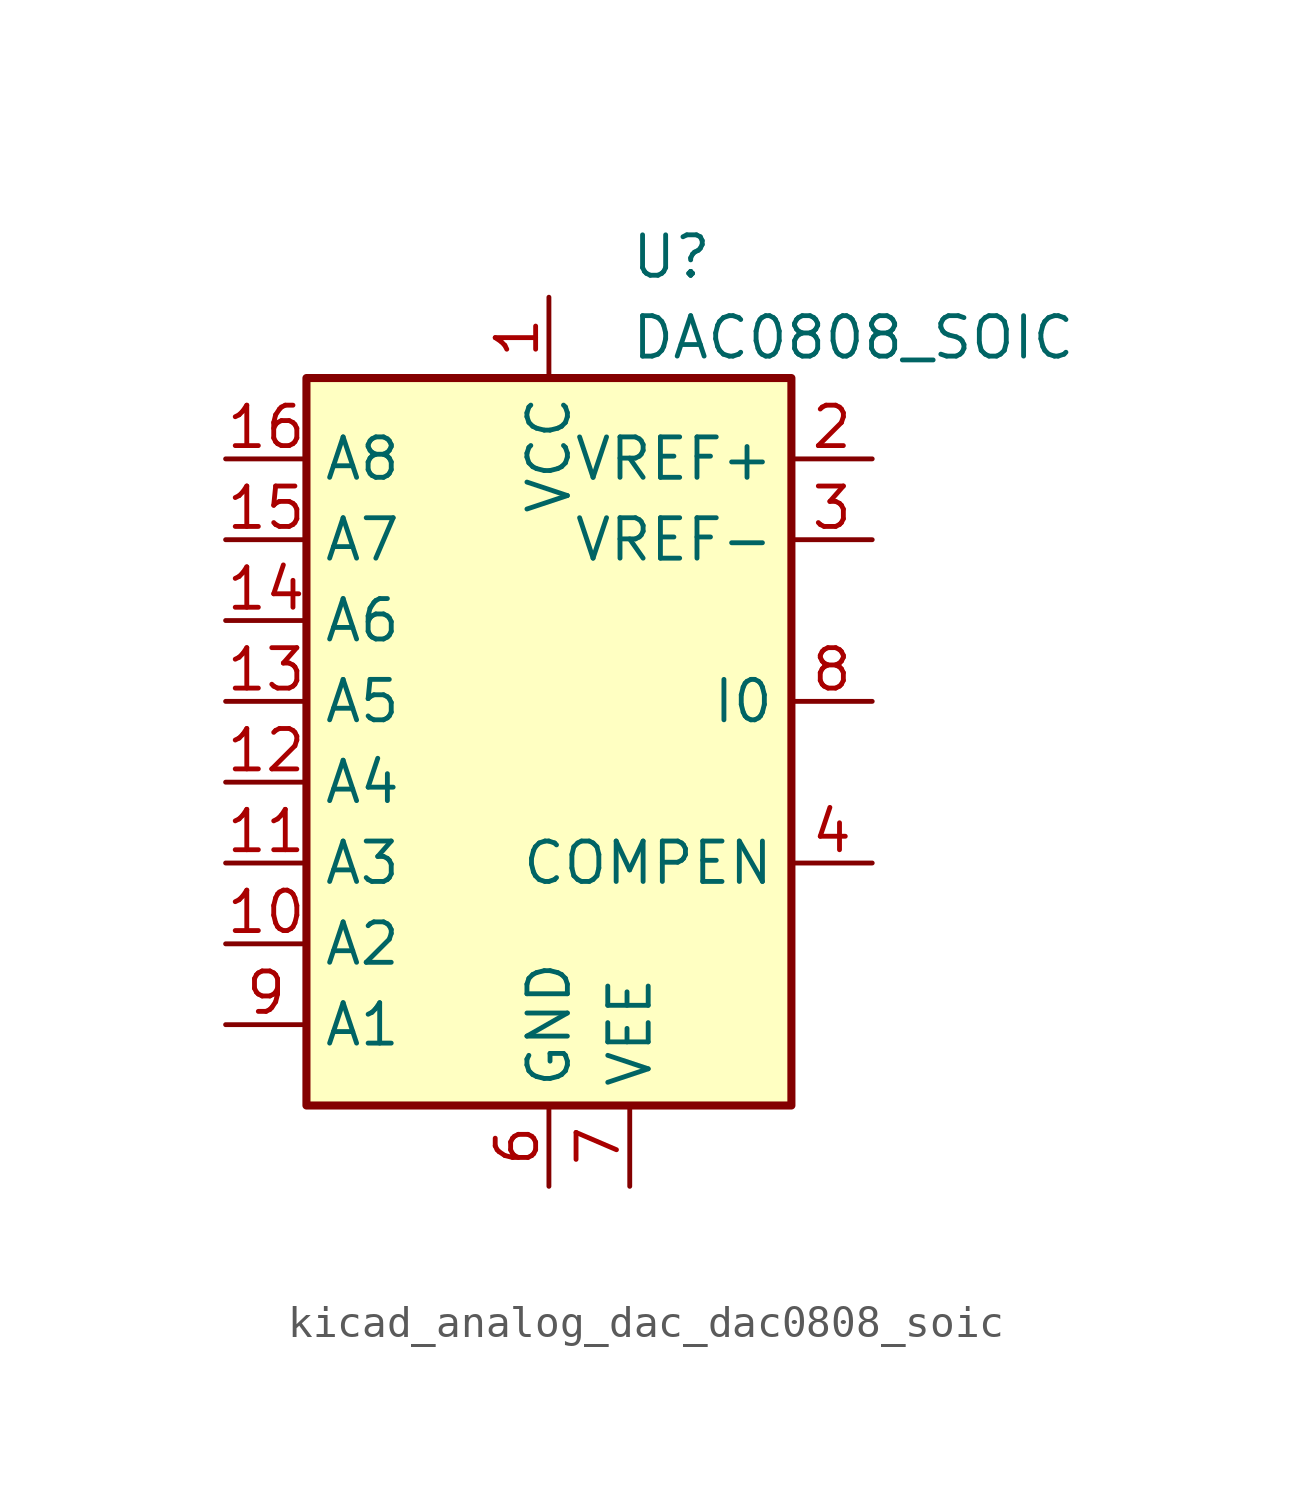
<source format=kicad_sym>
(kicad_symbol_lib
  (version 20220914)
  (generator kicad_symbol_editor)
  (symbol "kicad_analog_dac_dac0808_soic"
    (property "Reference" "U"
      (at 2.54 16.51 0)
      (effects (font (size 1.27 1.27)) (justify left)))
    (property "Value" "DAC0808_SOIC"
      (at 2.54 13.97 0)
      (effects (font (size 1.27 1.27)) (justify left)))
    (symbol "kicad_analog_dac_dac0808_soic_0_0"
      (rectangle (start -7.62 -10.16) (end 7.62 12.7) (stroke (width 0.254) (type default)) (fill (type background))))
    (symbol "kicad_analog_dac_dac0808_soic_1_1"
      (pin power_in line (at 0 15.24 270) (length 2.54) (name "VCC" (effects (font (size 1.27 1.27)))) (number "1" (effects (font (size 1.27 1.27)))))
      (pin input line (at -10.16 -5.08 0) (length 2.54) (name "A2" (effects (font (size 1.27 1.27)))) (number "10" (effects (font (size 1.27 1.27)))))
      (pin input line (at -10.16 -2.54 0) (length 2.54) (name "A3" (effects (font (size 1.27 1.27)))) (number "11" (effects (font (size 1.27 1.27)))))
      (pin input line (at -10.16 0 0) (length 2.54) (name "A4" (effects (font (size 1.27 1.27)))) (number "12" (effects (font (size 1.27 1.27)))))
      (pin input line (at -10.16 2.54 0) (length 2.54) (name "A5" (effects (font (size 1.27 1.27)))) (number "13" (effects (font (size 1.27 1.27)))))
      (pin input line (at -10.16 5.08 0) (length 2.54) (name "A6" (effects (font (size 1.27 1.27)))) (number "14" (effects (font (size 1.27 1.27)))))
      (pin input line (at -10.16 7.62 0) (length 2.54) (name "A7" (effects (font (size 1.27 1.27)))) (number "15" (effects (font (size 1.27 1.27)))))
      (pin input line (at -10.16 10.16 0) (length 2.54) (name "A8" (effects (font (size 1.27 1.27)))) (number "16" (effects (font (size 1.27 1.27)))))
      (pin output line (at 10.16 10.16 180) (length 2.54) (name "VREF+" (effects (font (size 1.27 1.27)))) (number "2" (effects (font (size 1.27 1.27)))))
      (pin output line (at 10.16 7.62 180) (length 2.54) (name "VREF-" (effects (font (size 1.27 1.27)))) (number "3" (effects (font (size 1.27 1.27)))))
      (pin passive line (at 10.16 -2.54 180) (length 2.54) (name "COMPEN" (effects (font (size 1.27 1.27)))) (number "4" (effects (font (size 1.27 1.27)))))
      (pin no_connect line (at 7.62 -5.08 180) (length 2.54) hide (name "NC" (effects (font (size 1.27 1.27)))) (number "5" (effects (font (size 1.27 1.27)))))
      (pin power_in line (at 0 -12.7 90) (length 2.54) (name "GND" (effects (font (size 1.27 1.27)))) (number "6" (effects (font (size 1.27 1.27)))))
      (pin power_in line (at 2.54 -12.7 90) (length 2.54) (name "VEE" (effects (font (size 1.27 1.27)))) (number "7" (effects (font (size 1.27 1.27)))))
      (pin input line (at 10.16 2.54 180) (length 2.54) (name "I0" (effects (font (size 1.27 1.27)))) (number "8" (effects (font (size 1.27 1.27)))))
      (pin input line (at -10.16 -7.62 0) (length 2.54) (name "A1" (effects (font (size 1.27 1.27)))) (number "9" (effects (font (size 1.27 1.27))))))))
</source>
